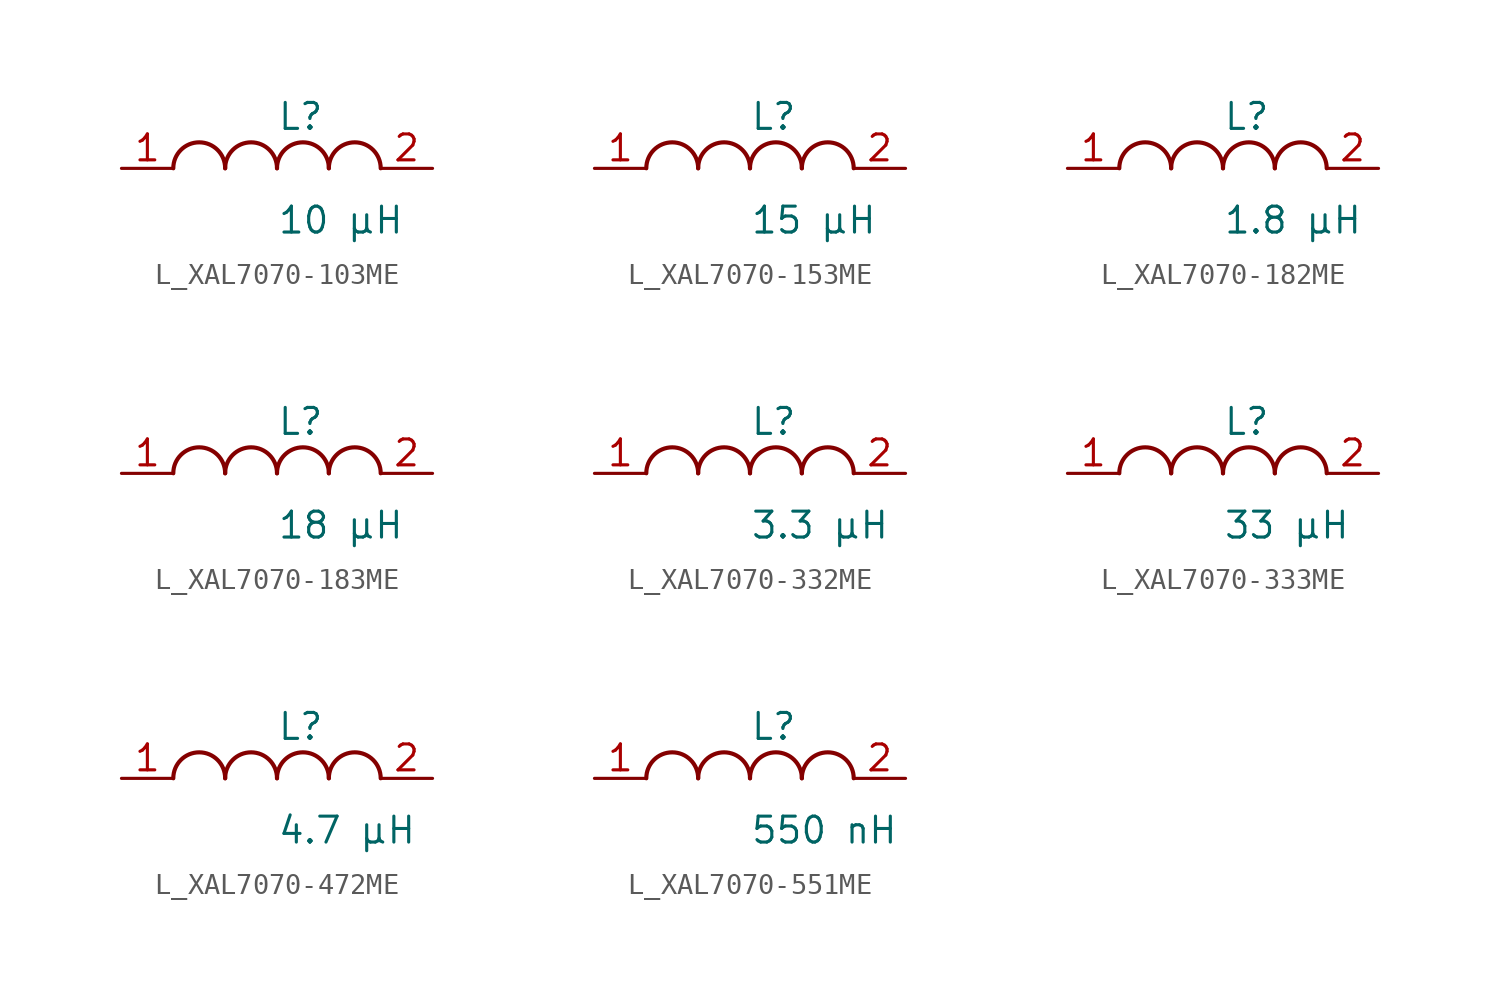
<source format=kicad_sym>
(kicad_symbol_lib
  (version 20231120)
  (generator "kicad_symbol_editor")
  (generator_version "8.0")
  (symbol "L_XAL7070-103ME"
    (pin_names
      (offset 0.254))
    (property "Value" "10 µH"
      (at 0 -2.54 0)
      (effects (font (size 1.27 1.27)) (justify left)))
    (property "Reference" "L"
      (at 0 2.54 0)
      (effects (font (size 1.27 1.27)) (justify left)))
    (symbol "L_XAL7070-103ME_1_1"
      (arc (start -2.54 0.0056) (mid -3.81 1.27) (end -5.08 0.0056) (stroke (width 0.2032) (type default)) (fill (type none)))
      (arc (start 0 0.0056) (mid -1.27 1.27) (end -2.54 0.0056) (stroke (width 0.2032) (type default)) (fill (type none)))
      (arc (start 2.54 0.0056) (mid 1.27 1.27) (end 0 0.0056) (stroke (width 0.2032) (type default)) (fill (type none)))
      (arc (start 5.08 0.0056) (mid 3.81 1.27) (end 2.54 0.0056) (stroke (width 0.2032) (type default)) (fill (type none)))
      (pin unspecified line (at -7.62 0 0) (length 2.54) (name "" (effects (font (size 1.27 1.27)))) (number "1" (effects (font (size 1.27 1.27)))))
      (pin unspecified line (at 7.62 0 180) (length 2.54) (name "" (effects (font (size 1.27 1.27)))) (number "2" (effects (font (size 1.27 1.27)))))))
  (symbol "L_XAL7070-153ME"
    (pin_names
      (offset 0.254))
    (property "Value" "15 µH"
      (at 0 -2.54 0)
      (effects (font (size 1.27 1.27)) (justify left)))
    (property "Reference" "L"
      (at 0 2.54 0)
      (effects (font (size 1.27 1.27)) (justify left)))
    (symbol "L_XAL7070-153ME_1_1"
      (arc (start -2.54 0.0056) (mid -3.81 1.27) (end -5.08 0.0056) (stroke (width 0.2032) (type default)) (fill (type none)))
      (arc (start 0 0.0056) (mid -1.27 1.27) (end -2.54 0.0056) (stroke (width 0.2032) (type default)) (fill (type none)))
      (arc (start 2.54 0.0056) (mid 1.27 1.27) (end 0 0.0056) (stroke (width 0.2032) (type default)) (fill (type none)))
      (arc (start 5.08 0.0056) (mid 3.81 1.27) (end 2.54 0.0056) (stroke (width 0.2032) (type default)) (fill (type none)))
      (pin unspecified line (at -7.62 0 0) (length 2.54) (name "" (effects (font (size 1.27 1.27)))) (number "1" (effects (font (size 1.27 1.27)))))
      (pin unspecified line (at 7.62 0 180) (length 2.54) (name "" (effects (font (size 1.27 1.27)))) (number "2" (effects (font (size 1.27 1.27)))))))
  (symbol "L_XAL7070-182ME"
    (pin_names
      (offset 0.254))
    (property "Value" "1.8 µH"
      (at 0 -2.54 0)
      (effects (font (size 1.27 1.27)) (justify left)))
    (property "Reference" "L"
      (at 0 2.54 0)
      (effects (font (size 1.27 1.27)) (justify left)))
    (symbol "L_XAL7070-182ME_1_1"
      (arc (start -2.54 0.0056) (mid -3.81 1.27) (end -5.08 0.0056) (stroke (width 0.2032) (type default)) (fill (type none)))
      (arc (start 0 0.0056) (mid -1.27 1.27) (end -2.54 0.0056) (stroke (width 0.2032) (type default)) (fill (type none)))
      (arc (start 2.54 0.0056) (mid 1.27 1.27) (end 0 0.0056) (stroke (width 0.2032) (type default)) (fill (type none)))
      (arc (start 5.08 0.0056) (mid 3.81 1.27) (end 2.54 0.0056) (stroke (width 0.2032) (type default)) (fill (type none)))
      (pin unspecified line (at -7.62 0 0) (length 2.54) (name "" (effects (font (size 1.27 1.27)))) (number "1" (effects (font (size 1.27 1.27)))))
      (pin unspecified line (at 7.62 0 180) (length 2.54) (name "" (effects (font (size 1.27 1.27)))) (number "2" (effects (font (size 1.27 1.27)))))))
  (symbol "L_XAL7070-183ME"
    (pin_names
      (offset 0.254))
    (property "Value" "18 µH"
      (at 0 -2.54 0)
      (effects (font (size 1.27 1.27)) (justify left)))
    (property "Reference" "L"
      (at 0 2.54 0)
      (effects (font (size 1.27 1.27)) (justify left)))
    (symbol "L_XAL7070-183ME_1_1"
      (arc (start -2.54 0.0056) (mid -3.81 1.27) (end -5.08 0.0056) (stroke (width 0.2032) (type default)) (fill (type none)))
      (arc (start 0 0.0056) (mid -1.27 1.27) (end -2.54 0.0056) (stroke (width 0.2032) (type default)) (fill (type none)))
      (arc (start 2.54 0.0056) (mid 1.27 1.27) (end 0 0.0056) (stroke (width 0.2032) (type default)) (fill (type none)))
      (arc (start 5.08 0.0056) (mid 3.81 1.27) (end 2.54 0.0056) (stroke (width 0.2032) (type default)) (fill (type none)))
      (pin unspecified line (at -7.62 0 0) (length 2.54) (name "" (effects (font (size 1.27 1.27)))) (number "1" (effects (font (size 1.27 1.27)))))
      (pin unspecified line (at 7.62 0 180) (length 2.54) (name "" (effects (font (size 1.27 1.27)))) (number "2" (effects (font (size 1.27 1.27)))))))
  (symbol "L_XAL7070-332ME"
    (pin_names
      (offset 0.254))
    (property "Value" "3.3 µH"
      (at 0 -2.54 0)
      (effects (font (size 1.27 1.27)) (justify left)))
    (property "Reference" "L"
      (at 0 2.54 0)
      (effects (font (size 1.27 1.27)) (justify left)))
    (symbol "L_XAL7070-332ME_1_1"
      (arc (start -2.54 0.0056) (mid -3.81 1.27) (end -5.08 0.0056) (stroke (width 0.2032) (type default)) (fill (type none)))
      (arc (start 0 0.0056) (mid -1.27 1.27) (end -2.54 0.0056) (stroke (width 0.2032) (type default)) (fill (type none)))
      (arc (start 2.54 0.0056) (mid 1.27 1.27) (end 0 0.0056) (stroke (width 0.2032) (type default)) (fill (type none)))
      (arc (start 5.08 0.0056) (mid 3.81 1.27) (end 2.54 0.0056) (stroke (width 0.2032) (type default)) (fill (type none)))
      (pin unspecified line (at -7.62 0 0) (length 2.54) (name "" (effects (font (size 1.27 1.27)))) (number "1" (effects (font (size 1.27 1.27)))))
      (pin unspecified line (at 7.62 0 180) (length 2.54) (name "" (effects (font (size 1.27 1.27)))) (number "2" (effects (font (size 1.27 1.27)))))))
  (symbol "L_XAL7070-333ME"
    (pin_names
      (offset 0.254))
    (property "Value" "33 µH"
      (at 0 -2.54 0)
      (effects (font (size 1.27 1.27)) (justify left)))
    (property "Reference" "L"
      (at 0 2.54 0)
      (effects (font (size 1.27 1.27)) (justify left)))
    (symbol "L_XAL7070-333ME_1_1"
      (arc (start -2.54 0.0056) (mid -3.81 1.27) (end -5.08 0.0056) (stroke (width 0.2032) (type default)) (fill (type none)))
      (arc (start 0 0.0056) (mid -1.27 1.27) (end -2.54 0.0056) (stroke (width 0.2032) (type default)) (fill (type none)))
      (arc (start 2.54 0.0056) (mid 1.27 1.27) (end 0 0.0056) (stroke (width 0.2032) (type default)) (fill (type none)))
      (arc (start 5.08 0.0056) (mid 3.81 1.27) (end 2.54 0.0056) (stroke (width 0.2032) (type default)) (fill (type none)))
      (pin unspecified line (at -7.62 0 0) (length 2.54) (name "" (effects (font (size 1.27 1.27)))) (number "1" (effects (font (size 1.27 1.27)))))
      (pin unspecified line (at 7.62 0 180) (length 2.54) (name "" (effects (font (size 1.27 1.27)))) (number "2" (effects (font (size 1.27 1.27)))))))
  (symbol "L_XAL7070-472ME"
    (pin_names
      (offset 0.254))
    (property "Value" "4.7 µH"
      (at 0 -2.54 0)
      (effects (font (size 1.27 1.27)) (justify left)))
    (property "Reference" "L"
      (at 0 2.54 0)
      (effects (font (size 1.27 1.27)) (justify left)))
    (symbol "L_XAL7070-472ME_1_1"
      (arc (start -2.54 0.0056) (mid -3.81 1.27) (end -5.08 0.0056) (stroke (width 0.2032) (type default)) (fill (type none)))
      (arc (start 0 0.0056) (mid -1.27 1.27) (end -2.54 0.0056) (stroke (width 0.2032) (type default)) (fill (type none)))
      (arc (start 2.54 0.0056) (mid 1.27 1.27) (end 0 0.0056) (stroke (width 0.2032) (type default)) (fill (type none)))
      (arc (start 5.08 0.0056) (mid 3.81 1.27) (end 2.54 0.0056) (stroke (width 0.2032) (type default)) (fill (type none)))
      (pin unspecified line (at -7.62 0 0) (length 2.54) (name "" (effects (font (size 1.27 1.27)))) (number "1" (effects (font (size 1.27 1.27)))))
      (pin unspecified line (at 7.62 0 180) (length 2.54) (name "" (effects (font (size 1.27 1.27)))) (number "2" (effects (font (size 1.27 1.27)))))))
  (symbol "L_XAL7070-551ME"
    (pin_names
      (offset 0.254))
    (property "Value" "550 nH"
      (at 0 -2.54 0)
      (effects (font (size 1.27 1.27)) (justify left)))
    (property "Reference" "L"
      (at 0 2.54 0)
      (effects (font (size 1.27 1.27)) (justify left)))
    (symbol "L_XAL7070-551ME_1_1"
      (arc (start -2.54 0.0056) (mid -3.81 1.27) (end -5.08 0.0056) (stroke (width 0.2032) (type default)) (fill (type none)))
      (arc (start 0 0.0056) (mid -1.27 1.27) (end -2.54 0.0056) (stroke (width 0.2032) (type default)) (fill (type none)))
      (arc (start 2.54 0.0056) (mid 1.27 1.27) (end 0 0.0056) (stroke (width 0.2032) (type default)) (fill (type none)))
      (arc (start 5.08 0.0056) (mid 3.81 1.27) (end 2.54 0.0056) (stroke (width 0.2032) (type default)) (fill (type none)))
      (pin unspecified line (at -7.62 0 0) (length 2.54) (name "" (effects (font (size 1.27 1.27)))) (number "1" (effects (font (size 1.27 1.27)))))
      (pin unspecified line (at 7.62 0 180) (length 2.54) (name "" (effects (font (size 1.27 1.27)))) (number "2" (effects (font (size 1.27 1.27))))))))
</source>
